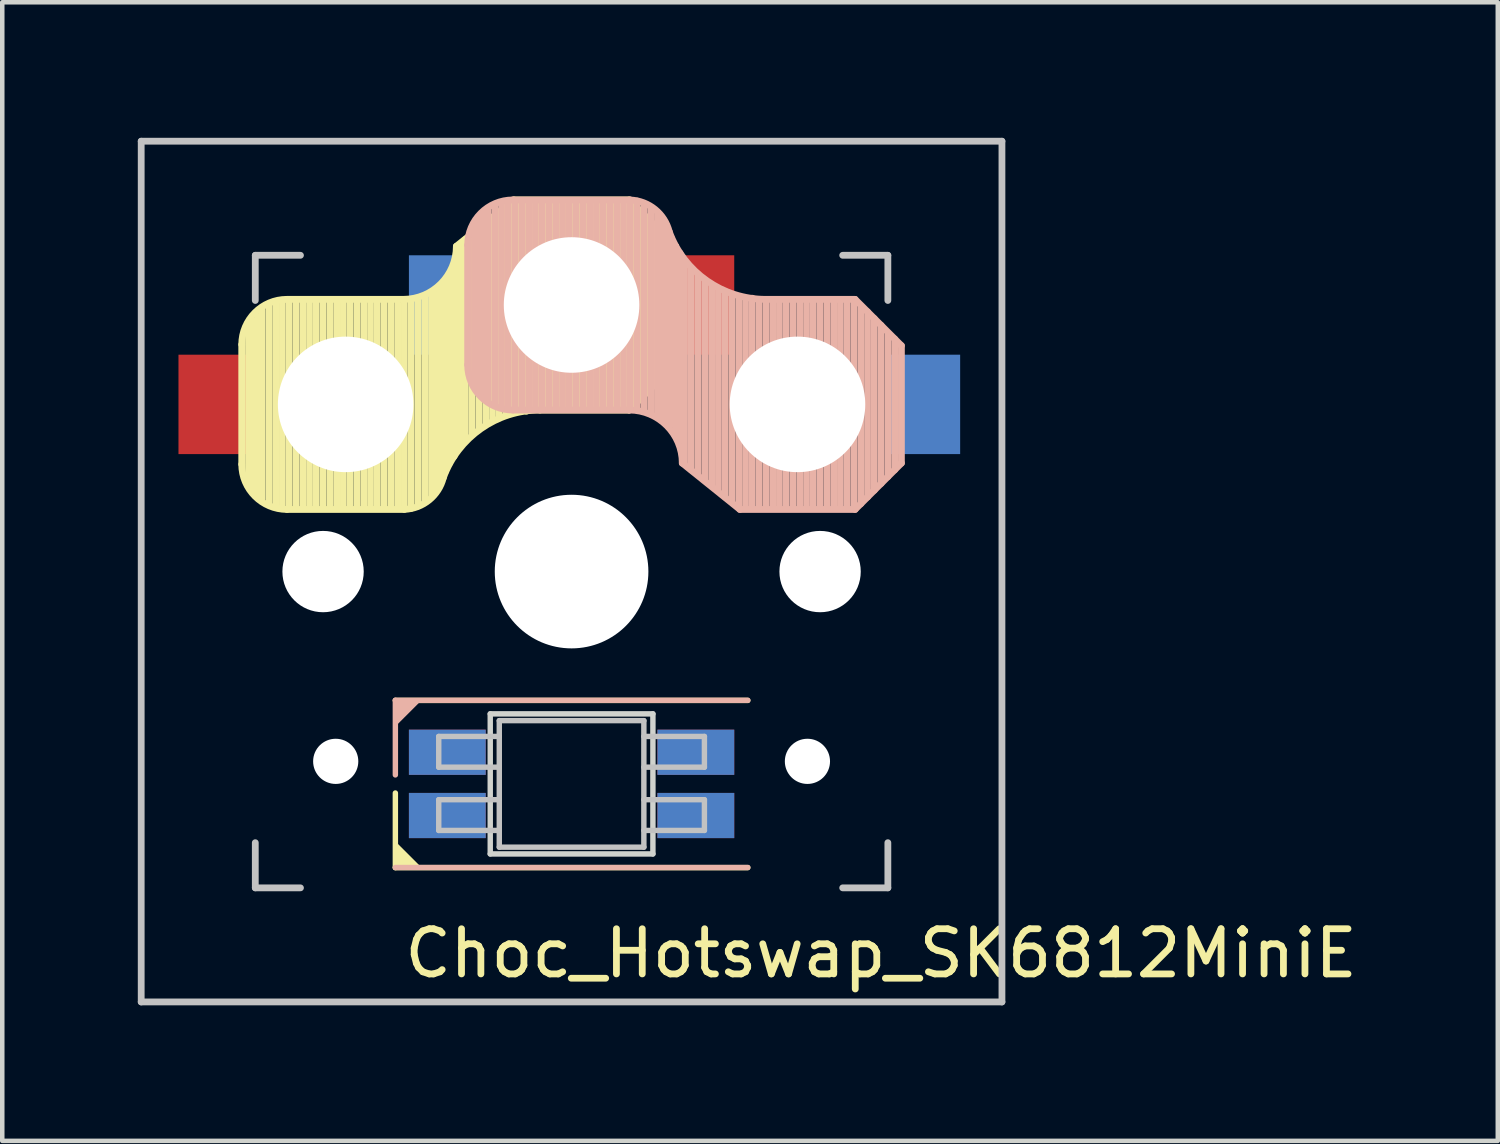
<source format=kicad_pcb>
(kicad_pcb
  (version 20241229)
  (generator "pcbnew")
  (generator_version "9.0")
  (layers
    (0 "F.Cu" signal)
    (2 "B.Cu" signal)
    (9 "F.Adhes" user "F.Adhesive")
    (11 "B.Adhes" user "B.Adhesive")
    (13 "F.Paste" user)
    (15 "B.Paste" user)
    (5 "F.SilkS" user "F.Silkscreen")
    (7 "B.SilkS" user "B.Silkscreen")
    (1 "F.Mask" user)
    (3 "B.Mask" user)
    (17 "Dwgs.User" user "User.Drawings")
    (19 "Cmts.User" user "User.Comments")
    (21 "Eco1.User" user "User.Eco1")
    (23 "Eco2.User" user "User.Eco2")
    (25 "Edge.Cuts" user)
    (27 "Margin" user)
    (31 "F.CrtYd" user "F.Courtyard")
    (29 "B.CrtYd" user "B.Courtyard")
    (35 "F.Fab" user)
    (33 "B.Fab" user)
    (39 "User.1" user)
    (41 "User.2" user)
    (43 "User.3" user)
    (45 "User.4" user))
  (footprint "Choc_Hotswap_SK6812MiniE"
    (layer "F.Cu")
    (at 9.6 9.6)
    (property "Reference" "Choc_Hotswap_SK6812MiniE" (at 6.85 8.45 180) (layer "F.SilkS") (effects (font (size 1 1) (thickness 0.15))))
    (attr through_hole)
    (fp_line (start -7.3 -5.025) (end -7.3 -2.375) (stroke (width 0.15) (type solid)) (layer "F.SilkS"))
    (fp_line (start -7.15 -1.95) (end -7.15 -5.5) (stroke (width 0.15) (type solid)) (layer "F.SilkS"))
    (fp_line (start -7.05 -1.8) (end -7.05 -5.55) (stroke (width 0.15) (type solid)) (layer "F.SilkS"))
    (fp_line (start -6.95 -1.7) (end -6.95 -5.65) (stroke (width 0.15) (type solid)) (layer "F.SilkS"))
    (fp_line (start -6.85 -1.6) (end -6.85 -5.8) (stroke (width 0.15) (type solid)) (layer "F.SilkS"))
    (fp_line (start -6.7 -1.5) (end -6.7 -5.9) (stroke (width 0.15) (type solid)) (layer "F.SilkS"))
    (fp_line (start -6.55 -1.45) (end -6.55 -5.95) (stroke (width 0.15) (type solid)) (layer "F.SilkS"))
    (fp_line (start -6.4 -1.4) (end -6.4 -5.95) (stroke (width 0.15) (type solid)) (layer "F.SilkS"))
    (fp_line (start -6.3 -6.025) (end -3.725 -6.025) (stroke (width 0.15) (type solid)) (layer "F.SilkS"))
    (fp_line (start -6.3 -1.375) (end -3.7 -1.375) (stroke (width 0.15) (type solid)) (layer "F.SilkS"))
    (fp_line (start -6.25 -1.4) (end -6.25 -6) (stroke (width 0.15) (type solid)) (layer "F.SilkS"))
    (fp_line (start -6.1 -1.4) (end -6.1 -6) (stroke (width 0.15) (type solid)) (layer "F.SilkS"))
    (fp_line (start -5.95 -1.4) (end -5.95 -6) (stroke (width 0.15) (type solid)) (layer "F.SilkS"))
    (fp_line (start -5.8 -1.4) (end -5.8 -6) (stroke (width 0.15) (type solid)) (layer "F.SilkS"))
    (fp_line (start -5.65 -1.4) (end -5.65 -6) (stroke (width 0.15) (type solid)) (layer "F.SilkS"))
    (fp_line (start -5.5 -1.4) (end -5.5 -6) (stroke (width 0.15) (type solid)) (layer "F.SilkS"))
    (fp_line (start -5.35 -1.4) (end -5.35 -6) (stroke (width 0.15) (type solid)) (layer "F.SilkS"))
    (fp_line (start -5.2 -1.4) (end -5.2 -6) (stroke (width 0.15) (type solid)) (layer "F.SilkS"))
    (fp_line (start -5.05 -1.4) (end -5.05 -6) (stroke (width 0.15) (type solid)) (layer "F.SilkS"))
    (fp_line (start -4.9 -1.4) (end -4.9 -6) (stroke (width 0.15) (type solid)) (layer "F.SilkS"))
    (fp_line (start -4.75 -1.4) (end -4.75 -6) (stroke (width 0.15) (type solid)) (layer "F.SilkS"))
    (fp_line (start -4.6 -1.4) (end -4.6 -6) (stroke (width 0.15) (type solid)) (layer "F.SilkS"))
    (fp_line (start -4.45 -1.4) (end -4.45 -6) (stroke (width 0.15) (type solid)) (layer "F.SilkS"))
    (fp_line (start -4.3 -1.4) (end -4.3 -6) (stroke (width 0.15) (type solid)) (layer "F.SilkS"))
    (fp_line (start -4.15 -1.4) (end -4.15 -6) (stroke (width 0.15) (type solid)) (layer "F.SilkS"))
    (fp_line (start -4 -1.4) (end -4 -6) (stroke (width 0.15) (type solid)) (layer "F.SilkS"))
    (fp_line (start -3.9 2.852) (end 3.9 2.852) (stroke (width 0.12) (type solid)) (layer "F.SilkS"))
    (fp_line (start -3.9 6.552) (end -3.9 4.901) (stroke (width 0.12) (type solid)) (layer "F.SilkS"))
    (fp_line (start -3.85 -1.4) (end -3.85 -5.95) (stroke (width 0.15) (type solid)) (layer "F.SilkS"))
    (fp_line (start -3.7 -1.4) (end -3.7 -6) (stroke (width 0.15) (type solid)) (layer "F.SilkS"))
    (fp_line (start -3.55 -1.4) (end -3.55 -6) (stroke (width 0.15) (type solid)) (layer "F.SilkS"))
    (fp_line (start -3.4 -1.45) (end -3.4 -6) (stroke (width 0.15) (type solid)) (layer "F.SilkS"))
    (fp_line (start -3.25 -1.55) (end -3.25 -6.1) (stroke (width 0.15) (type solid)) (layer "F.SilkS"))
    (fp_line (start -3.1 -1.65) (end -3.1 -6.15) (stroke (width 0.15) (type solid)) (layer "F.SilkS"))
    (fp_line (start -3 -1.8) (end -3 -6.2) (stroke (width 0.15) (type solid)) (layer "F.SilkS"))
    (fp_line (start -2.9 -2.05) (end -2.9 -6.25) (stroke (width 0.15) (type solid)) (layer "F.SilkS"))
    (fp_line (start -2.8 -2.2) (end -2.8 -6.35) (stroke (width 0.15) (type solid)) (layer "F.SilkS"))
    (fp_line (start -2.7 -2.4) (end -2.7 -6.55) (stroke (width 0.15) (type solid)) (layer "F.SilkS"))
    (fp_line (start -2.6 -2.55) (end -2.6 -6.7) (stroke (width 0.15) (type solid)) (layer "F.SilkS"))
    (fp_line (start -2.5 -2.75) (end -2.5 -7.2) (stroke (width 0.15) (type solid)) (layer "F.SilkS"))
    (fp_line (start -2.35 -2.9) (end -2.35 -7.35) (stroke (width 0.15) (type solid)) (layer "F.SilkS"))
    (fp_line (start -2.2 -3.05) (end -2.2 -7.45) (stroke (width 0.15) (type solid)) (layer "F.SilkS"))
    (fp_line (start -2.05 -3.15) (end -2.05 -7.55) (stroke (width 0.15) (type solid)) (layer "F.SilkS"))
    (fp_line (start -1.9 -3.25) (end -1.9 -7.7) (stroke (width 0.15) (type solid)) (layer "F.SilkS"))
    (fp_line (start -1.75 -3.35) (end -1.75 -7.8) (stroke (width 0.15) (type solid)) (layer "F.SilkS"))
    (fp_line (start -1.6 -3.4) (end -1.6 -7.95) (stroke (width 0.15) (type solid)) (layer "F.SilkS"))
    (fp_line (start -1.45 -3.5) (end -1.45 -8.05) (stroke (width 0.15) (type solid)) (layer "F.SilkS"))
    (fp_line (start -1.3 -3.55) (end -1.3 -8.15) (stroke (width 0.15) (type solid)) (layer "F.SilkS"))
    (fp_line (start -1.275 -8.225) (end -2.55 -7.2) (stroke (width 0.15) (type solid)) (layer "F.SilkS"))
    (fp_line (start -1.275 -8.225) (end 1.275 -8.225) (stroke (width 0.15) (type solid)) (layer "F.SilkS"))
    (fp_line (start -1.15 -3.55) (end -1.15 -8.2) (stroke (width 0.15) (type solid)) (layer "F.SilkS"))
    (fp_line (start -1 -3.55) (end -1 -8.2) (stroke (width 0.15) (type solid)) (layer "F.SilkS"))
    (fp_line (start -0.85 -3.6) (end -0.85 -8.15) (stroke (width 0.15) (type solid)) (layer "F.SilkS"))
    (fp_line (start -0.7 -3.6) (end -0.7 -8.2) (stroke (width 0.15) (type solid)) (layer "F.SilkS"))
    (fp_line (start -0.7 -3.575) (end 1.275 -3.575) (stroke (width 0.15) (type solid)) (layer "F.SilkS"))
    (fp_line (start -0.55 -3.6) (end -0.55 -8.2) (stroke (width 0.15) (type solid)) (layer "F.SilkS"))
    (fp_line (start -0.4 -3.6) (end -0.4 -8.2) (stroke (width 0.15) (type solid)) (layer "F.SilkS"))
    (fp_line (start -0.25 -3.6) (end -0.25 -8.2) (stroke (width 0.15) (type solid)) (layer "F.SilkS"))
    (fp_line (start -0.1 -3.6) (end -0.1 -8.2) (stroke (width 0.15) (type solid)) (layer "F.SilkS"))
    (fp_line (start 0.05 -3.6) (end 0.05 -8.2) (stroke (width 0.15) (type solid)) (layer "F.SilkS"))
    (fp_line (start 0.2 -3.6) (end 0.2 -8.2) (stroke (width 0.15) (type solid)) (layer "F.SilkS"))
    (fp_line (start 0.35 -3.6) (end 0.35 -8.2) (stroke (width 0.15) (type solid)) (layer "F.SilkS"))
    (fp_line (start 0.5 -3.6) (end 0.5 -8.2) (stroke (width 0.15) (type solid)) (layer "F.SilkS"))
    (fp_line (start 0.65 -3.6) (end 0.65 -8.2) (stroke (width 0.15) (type solid)) (layer "F.SilkS"))
    (fp_line (start 0.8 -3.6) (end 0.8 -8.2) (stroke (width 0.15) (type solid)) (layer "F.SilkS"))
    (fp_line (start 0.95 -3.6) (end 0.95 -8.2) (stroke (width 0.15) (type solid)) (layer "F.SilkS"))
    (fp_line (start 1.1 -3.6) (end 1.1 -8.2) (stroke (width 0.15) (type solid)) (layer "F.SilkS"))
    (fp_line (start 1.25 -3.6) (end 1.25 -8.2) (stroke (width 0.15) (type solid)) (layer "F.SilkS"))
    (fp_line (start 1.4 -3.75) (end 1.4 -8.1) (stroke (width 0.15) (type solid)) (layer "F.SilkS"))
    (fp_line (start 1.55 -3.85) (end 1.55 -7.95) (stroke (width 0.15) (type solid)) (layer "F.SilkS"))
    (fp_line (start 1.7 -4) (end 1.7 -7.8) (stroke (width 0.15) (type solid)) (layer "F.SilkS"))
    (fp_line (start 1.85 -4.15) (end 1.85 -7.65) (stroke (width 0.15) (type solid)) (layer "F.SilkS"))
    (fp_line (start 2 -4.35) (end 2 -7.5) (stroke (width 0.15) (type solid)) (layer "F.SilkS"))
    (fp_line (start 2.15 -4.45) (end 2.15 -7.35) (stroke (width 0.15) (type solid)) (layer "F.SilkS"))
    (fp_line (start 2.3 -7.2) (end 1.275 -8.225) (stroke (width 0.15) (type solid)) (layer "F.SilkS"))
    (fp_line (start 2.3 -7.2) (end 2.3 -4.6) (stroke (width 0.15) (type solid)) (layer "F.SilkS"))
    (fp_line (start 2.3 -4.6) (end 1.275 -3.575) (stroke (width 0.15) (type solid)) (layer "F.SilkS"))
    (fp_line (start 3.9 6.552) (end -3.9 6.552) (stroke (width 0.12) (type solid)) (layer "F.SilkS"))
    (fp_arc (start -7.3 -5.025) (mid -7.007107 -5.732107) (end -6.3 -6.025) (stroke (width 0.15) (type solid)) (layer "F.SilkS"))
    (fp_arc (start -6.3 -1.375) (mid -7.007107 -1.667893) (end -7.3 -2.375) (stroke (width 0.15) (type solid)) (layer "F.SilkS"))
    (fp_arc (start -2.837801 -2.078096) (mid -3.151716 -1.583979) (end -3.699005 -1.376209) (stroke (width 0.15) (type solid)) (layer "F.SilkS"))
    (fp_arc (start -2.837801 -2.078096) (mid -2.004887 -3.163571) (end -0.7 -3.575) (stroke (width 0.15) (type solid)) (layer "F.SilkS"))
    (fp_arc (start -2.55 -7.2) (mid -2.89415 -6.36915) (end -3.725 -6.025) (stroke (width 0.15) (type solid)) (layer "F.SilkS"))
    (fp_poly (pts (xy -3.392 6.549) (xy -3.9 6.552) (xy -3.9 6.041)) (stroke (width 0.1) (type solid)) (fill yes) (layer "F.SilkS"))
    (fp_line (start -3.9 2.849) (end -3.9 4.5) (stroke (width 0.12) (type solid)) (layer "B.SilkS"))
    (fp_line (start -3.9 6.549) (end 3.9 6.549) (stroke (width 0.12) (type solid)) (layer "B.SilkS"))
    (fp_line (start -2.3 -4.575) (end -2.3 -7.225) (stroke (width 0.15) (type solid)) (layer "B.SilkS"))
    (fp_line (start -2.15 -7.65) (end -2.15 -4.1) (stroke (width 0.15) (type solid)) (layer "B.SilkS"))
    (fp_line (start -2.05 -7.8) (end -2.05 -4.05) (stroke (width 0.15) (type solid)) (layer "B.SilkS"))
    (fp_line (start -1.95 -7.9) (end -1.95 -3.95) (stroke (width 0.15) (type solid)) (layer "B.SilkS"))
    (fp_line (start -1.85 -8) (end -1.85 -3.8) (stroke (width 0.15) (type solid)) (layer "B.SilkS"))
    (fp_line (start -1.7 -8.1) (end -1.7 -3.7) (stroke (width 0.15) (type solid)) (layer "B.SilkS"))
    (fp_line (start -1.55 -8.15) (end -1.55 -3.65) (stroke (width 0.15) (type solid)) (layer "B.SilkS"))
    (fp_line (start -1.4 -8.2) (end -1.4 -3.65) (stroke (width 0.15) (type solid)) (layer "B.SilkS"))
    (fp_line (start -1.3 -8.225) (end 1.3 -8.225) (stroke (width 0.15) (type solid)) (layer "B.SilkS"))
    (fp_line (start -1.3 -3.575) (end 1.275 -3.575) (stroke (width 0.15) (type solid)) (layer "B.SilkS"))
    (fp_line (start -1.25 -8.2) (end -1.25 -3.6) (stroke (width 0.15) (type solid)) (layer "B.SilkS"))
    (fp_line (start -1.1 -8.2) (end -1.1 -3.6) (stroke (width 0.15) (type solid)) (layer "B.SilkS"))
    (fp_line (start -0.95 -8.2) (end -0.95 -3.6) (stroke (width 0.15) (type solid)) (layer "B.SilkS"))
    (fp_line (start -0.8 -8.2) (end -0.8 -3.6) (stroke (width 0.15) (type solid)) (layer "B.SilkS"))
    (fp_line (start -0.65 -8.2) (end -0.65 -3.6) (stroke (width 0.15) (type solid)) (layer "B.SilkS"))
    (fp_line (start -0.5 -8.2) (end -0.5 -3.6) (stroke (width 0.15) (type solid)) (layer "B.SilkS"))
    (fp_line (start -0.35 -8.2) (end -0.35 -3.6) (stroke (width 0.15) (type solid)) (layer "B.SilkS"))
    (fp_line (start -0.2 -8.2) (end -0.2 -3.6) (stroke (width 0.15) (type solid)) (layer "B.SilkS"))
    (fp_line (start -0.05 -8.2) (end -0.05 -3.6) (stroke (width 0.15) (type solid)) (layer "B.SilkS"))
    (fp_line (start 0.1 -8.2) (end 0.1 -3.6) (stroke (width 0.15) (type solid)) (layer "B.SilkS"))
    (fp_line (start 0.25 -8.2) (end 0.25 -3.6) (stroke (width 0.15) (type solid)) (layer "B.SilkS"))
    (fp_line (start 0.4 -8.2) (end 0.4 -3.6) (stroke (width 0.15) (type solid)) (layer "B.SilkS"))
    (fp_line (start 0.55 -8.2) (end 0.55 -3.6) (stroke (width 0.15) (type solid)) (layer "B.SilkS"))
    (fp_line (start 0.7 -8.2) (end 0.7 -3.6) (stroke (width 0.15) (type solid)) (layer "B.SilkS"))
    (fp_line (start 0.85 -8.2) (end 0.85 -3.6) (stroke (width 0.15) (type solid)) (layer "B.SilkS"))
    (fp_line (start 1 -8.2) (end 1 -3.6) (stroke (width 0.15) (type solid)) (layer "B.SilkS"))
    (fp_line (start 1.15 -8.2) (end 1.15 -3.65) (stroke (width 0.15) (type solid)) (layer "B.SilkS"))
    (fp_line (start 1.3 -8.2) (end 1.3 -3.6) (stroke (width 0.15) (type solid)) (layer "B.SilkS"))
    (fp_line (start 1.45 -8.2) (end 1.45 -3.6) (stroke (width 0.15) (type solid)) (layer "B.SilkS"))
    (fp_line (start 1.6 -8.15) (end 1.6 -3.6) (stroke (width 0.15) (type solid)) (layer "B.SilkS"))
    (fp_line (start 1.75 -8.05) (end 1.75 -3.5) (stroke (width 0.15) (type solid)) (layer "B.SilkS"))
    (fp_line (start 1.9 -7.95) (end 1.9 -3.45) (stroke (width 0.15) (type solid)) (layer "B.SilkS"))
    (fp_line (start 2 -7.8) (end 2 -3.4) (stroke (width 0.15) (type solid)) (layer "B.SilkS"))
    (fp_line (start 2.1 -7.55) (end 2.1 -3.35) (stroke (width 0.15) (type solid)) (layer "B.SilkS"))
    (fp_line (start 2.2 -7.4) (end 2.2 -3.25) (stroke (width 0.15) (type solid)) (layer "B.SilkS"))
    (fp_line (start 2.3 -7.2) (end 2.3 -3.05) (stroke (width 0.15) (type solid)) (layer "B.SilkS"))
    (fp_line (start 2.4 -7.05) (end 2.4 -2.9) (stroke (width 0.15) (type solid)) (layer "B.SilkS"))
    (fp_line (start 2.5 -6.85) (end 2.5 -2.4) (stroke (width 0.15) (type solid)) (layer "B.SilkS"))
    (fp_line (start 2.65 -6.7) (end 2.65 -2.25) (stroke (width 0.15) (type solid)) (layer "B.SilkS"))
    (fp_line (start 2.8 -6.55) (end 2.8 -2.15) (stroke (width 0.15) (type solid)) (layer "B.SilkS"))
    (fp_line (start 2.95 -6.45) (end 2.95 -2.05) (stroke (width 0.15) (type solid)) (layer "B.SilkS"))
    (fp_line (start 3.1 -6.35) (end 3.1 -1.9) (stroke (width 0.15) (type solid)) (layer "B.SilkS"))
    (fp_line (start 3.25 -6.25) (end 3.25 -1.8) (stroke (width 0.15) (type solid)) (layer "B.SilkS"))
    (fp_line (start 3.4 -6.2) (end 3.4 -1.65) (stroke (width 0.15) (type solid)) (layer "B.SilkS"))
    (fp_line (start 3.55 -6.1) (end 3.55 -1.55) (stroke (width 0.15) (type solid)) (layer "B.SilkS"))
    (fp_line (start 3.7 -6.05) (end 3.7 -1.45) (stroke (width 0.15) (type solid)) (layer "B.SilkS"))
    (fp_line (start 3.725 -1.375) (end 2.45 -2.4) (stroke (width 0.15) (type solid)) (layer "B.SilkS"))
    (fp_line (start 3.725 -1.375) (end 6.275 -1.375) (stroke (width 0.15) (type solid)) (layer "B.SilkS"))
    (fp_line (start 3.85 -6.05) (end 3.85 -1.4) (stroke (width 0.15) (type solid)) (layer "B.SilkS"))
    (fp_line (start 3.9 2.849) (end -3.9 2.849) (stroke (width 0.12) (type solid)) (layer "B.SilkS"))
    (fp_line (start 4 -6.05) (end 4 -1.4) (stroke (width 0.15) (type solid)) (layer "B.SilkS"))
    (fp_line (start 4.15 -6) (end 4.15 -1.45) (stroke (width 0.15) (type solid)) (layer "B.SilkS"))
    (fp_line (start 4.3 -6.025) (end 6.275 -6.025) (stroke (width 0.15) (type solid)) (layer "B.SilkS"))
    (fp_line (start 4.3 -6) (end 4.3 -1.4) (stroke (width 0.15) (type solid)) (layer "B.SilkS"))
    (fp_line (start 4.45 -6) (end 4.45 -1.4) (stroke (width 0.15) (type solid)) (layer "B.SilkS"))
    (fp_line (start 4.6 -6) (end 4.6 -1.4) (stroke (width 0.15) (type solid)) (layer "B.SilkS"))
    (fp_line (start 4.75 -6) (end 4.75 -1.4) (stroke (width 0.15) (type solid)) (layer "B.SilkS"))
    (fp_line (start 4.9 -6) (end 4.9 -1.4) (stroke (width 0.15) (type solid)) (layer "B.SilkS"))
    (fp_line (start 5.05 -6) (end 5.05 -1.4) (stroke (width 0.15) (type solid)) (layer "B.SilkS"))
    (fp_line (start 5.2 -6) (end 5.2 -1.4) (stroke (width 0.15) (type solid)) (layer "B.SilkS"))
    (fp_line (start 5.35 -6) (end 5.35 -1.4) (stroke (width 0.15) (type solid)) (layer "B.SilkS"))
    (fp_line (start 5.5 -6) (end 5.5 -1.4) (stroke (width 0.15) (type solid)) (layer "B.SilkS"))
    (fp_line (start 5.65 -6) (end 5.65 -1.4) (stroke (width 0.15) (type solid)) (layer "B.SilkS"))
    (fp_line (start 5.8 -6) (end 5.8 -1.4) (stroke (width 0.15) (type solid)) (layer "B.SilkS"))
    (fp_line (start 5.95 -6) (end 5.95 -1.4) (stroke (width 0.15) (type solid)) (layer "B.SilkS"))
    (fp_line (start 6.1 -6) (end 6.1 -1.4) (stroke (width 0.15) (type solid)) (layer "B.SilkS"))
    (fp_line (start 6.25 -6) (end 6.25 -1.4) (stroke (width 0.15) (type solid)) (layer "B.SilkS"))
    (fp_line (start 6.4 -5.85) (end 6.4 -1.5) (stroke (width 0.15) (type solid)) (layer "B.SilkS"))
    (fp_line (start 6.55 -5.75) (end 6.55 -1.65) (stroke (width 0.15) (type solid)) (layer "B.SilkS"))
    (fp_line (start 6.7 -5.6) (end 6.7 -1.8) (stroke (width 0.15) (type solid)) (layer "B.SilkS"))
    (fp_line (start 6.85 -5.45) (end 6.85 -1.95) (stroke (width 0.15) (type solid)) (layer "B.SilkS"))
    (fp_line (start 7 -5.25) (end 7 -2.1) (stroke (width 0.15) (type solid)) (layer "B.SilkS"))
    (fp_line (start 7.15 -5.15) (end 7.15 -2.25) (stroke (width 0.15) (type solid)) (layer "B.SilkS"))
    (fp_line (start 7.3 -5) (end 6.275 -6.025) (stroke (width 0.15) (type solid)) (layer "B.SilkS"))
    (fp_line (start 7.3 -2.4) (end 6.275 -1.375) (stroke (width 0.15) (type solid)) (layer "B.SilkS"))
    (fp_line (start 7.3 -2.4) (end 7.3 -5) (stroke (width 0.15) (type solid)) (layer "B.SilkS"))
    (fp_arc (start -2.3 -7.225) (mid -2.007107 -7.932107) (end -1.3 -8.225) (stroke (width 0.15) (type solid)) (layer "B.SilkS"))
    (fp_arc (start -1.3 -3.575) (mid -2.007107 -3.867893) (end -2.3 -4.575) (stroke (width 0.15) (type solid)) (layer "B.SilkS"))
    (fp_arc (start 1.275 -3.575) (mid 2.10585 -3.23085) (end 2.45 -2.4) (stroke (width 0.15) (type solid)) (layer "B.SilkS"))
    (fp_arc (start 1.300995 -8.223791) (mid 1.848284 -8.016021) (end 2.162199 -7.521904) (stroke (width 0.15) (type solid)) (layer "B.SilkS"))
    (fp_arc (start 4.3 -6.025) (mid 2.995114 -6.436429) (end 2.162199 -7.521904) (stroke (width 0.15) (type solid)) (layer "B.SilkS"))
    (fp_poly (pts (xy -3.9 3.357) (xy -3.9 2.849) (xy -3.392 2.849)) (stroke (width 0.1) (type solid)) (fill yes) (layer "B.SilkS"))
    (fp_line (start -9.525 -9.525) (end 9.525 -9.525) (stroke (width 0.15) (type solid)) (layer "Dwgs.User"))
    (fp_line (start -9.525 9.525) (end -9.525 -9.525) (stroke (width 0.15) (type solid)) (layer "Dwgs.User"))
    (fp_line (start -7 -7) (end -7 -6) (stroke (width 0.15) (type solid)) (layer "Dwgs.User"))
    (fp_line (start -7 6) (end -7 7) (stroke (width 0.15) (type solid)) (layer "Dwgs.User"))
    (fp_line (start -7 7) (end -6 7) (stroke (width 0.15) (type solid)) (layer "Dwgs.User"))
    (fp_line (start -6 -7) (end -7 -7) (stroke (width 0.15) (type solid)) (layer "Dwgs.User"))
    (fp_line (start -2.94 3.649) (end -2.94 4.329) (stroke (width 0.12) (type solid)) (layer "Dwgs.User"))
    (fp_line (start -2.94 4.329) (end -1.6 4.329) (stroke (width 0.12) (type solid)) (layer "Dwgs.User"))
    (fp_line (start -2.94 5.049) (end -2.94 5.729) (stroke (width 0.12) (type solid)) (layer "Dwgs.User"))
    (fp_line (start -2.94 5.729) (end -1.6 5.729) (stroke (width 0.12) (type solid)) (layer "Dwgs.User"))
    (fp_line (start -1.6 3.299) (end -1.6 6.099) (stroke (width 0.12) (type solid)) (layer "Dwgs.User"))
    (fp_line (start -1.6 3.299) (end 1.6 3.299) (stroke (width 0.12) (type solid)) (layer "Dwgs.User"))
    (fp_line (start -1.6 3.649) (end -2.94 3.649) (stroke (width 0.12) (type solid)) (layer "Dwgs.User"))
    (fp_line (start -1.6 5.049) (end -2.94 5.049) (stroke (width 0.12) (type solid)) (layer "Dwgs.User"))
    (fp_line (start -1.6 6.099) (end 1.6 6.099) (stroke (width 0.12) (type solid)) (layer "Dwgs.User"))
    (fp_line (start 1.6 3.299) (end 1.6 6.099) (stroke (width 0.12) (type solid)) (layer "Dwgs.User"))
    (fp_line (start 1.6 4.329) (end 2.94 4.329) (stroke (width 0.12) (type solid)) (layer "Dwgs.User"))
    (fp_line (start 1.6 5.729) (end 2.94 5.729) (stroke (width 0.12) (type solid)) (layer "Dwgs.User"))
    (fp_line (start 2.94 3.649) (end 1.6 3.649) (stroke (width 0.12) (type solid)) (layer "Dwgs.User"))
    (fp_line (start 2.94 4.329) (end 2.94 3.649) (stroke (width 0.12) (type solid)) (layer "Dwgs.User"))
    (fp_line (start 2.94 5.049) (end 1.6 5.049) (stroke (width 0.12) (type solid)) (layer "Dwgs.User"))
    (fp_line (start 2.94 5.729) (end 2.94 5.049) (stroke (width 0.12) (type solid)) (layer "Dwgs.User"))
    (fp_line (start 6 -7) (end 7 -7) (stroke (width 0.15) (type solid)) (layer "Dwgs.User"))
    (fp_line (start 7 -7) (end 7 -6) (stroke (width 0.15) (type solid)) (layer "Dwgs.User"))
    (fp_line (start 7 6) (end 7 7) (stroke (width 0.15) (type solid)) (layer "Dwgs.User"))
    (fp_line (start 7 7) (end 6 7) (stroke (width 0.15) (type solid)) (layer "Dwgs.User"))
    (fp_line (start 9.525 -9.525) (end 9.525 9.525) (stroke (width 0.15) (type solid)) (layer "Dwgs.User"))
    (fp_line (start 9.525 9.525) (end -9.525 9.525) (stroke (width 0.15) (type solid)) (layer "Dwgs.User"))
    (fp_line (start -1.8 3.149) (end -1.8 6.249) (stroke (width 0.12) (type solid)) (layer "Edge.Cuts"))
    (fp_line (start -1.8 6.249) (end 1.8 6.249) (stroke (width 0.12) (type solid)) (layer "Edge.Cuts"))
    (fp_line (start 1.8 3.149) (end -1.8 3.149) (stroke (width 0.12) (type solid)) (layer "Edge.Cuts"))
    (fp_line (start 1.8 6.249) (end 1.8 3.149) (stroke (width 0.12) (type solid)) (layer "Edge.Cuts"))
    (pad "" np_thru_hole circle (at -5.5 0 270) (size 1.8 1.8) (drill 1.8) (layers "*.Cu" "*.Mask"))
    (pad "" np_thru_hole circle (at -5.22 4.2) (size 1 1) (drill 1) (layers "*.Cu" "*.Mask"))
    (pad "" np_thru_hole circle (at -5 -3.7 90) (size 3 3) (drill 3) (layers "*.Cu" "*.Mask"))
    (pad "" np_thru_hole circle (at 0 -5.9 270) (size 3 3) (drill 3) (layers "*.Cu" "*.Mask"))
    (pad "" np_thru_hole circle (at 0 0 270) (size 3.4 3.4) (drill 3.4) (layers "*.Cu" "*.Mask"))
    (pad "" np_thru_hole circle (at 5 -3.7 270) (size 3 3) (drill 3) (layers "*.Cu" "*.Mask"))
    (pad "" np_thru_hole circle (at 5.22 4.2) (size 1 1) (drill 1) (layers "*.Cu" "*.Mask"))
    (pad "" np_thru_hole circle (at 5.5 0 270) (size 1.8 1.8) (drill 1.8) (layers "*.Cu" "*.Mask"))
    (pad "1" smd rect (at 2.75 3.999) (size 1.7 1) (layers "F.Cu" "F.Mask" "F.Paste"))
    (pad "1" smd rect (at 2.75 5.399) (size 1.7 1) (layers "B.Cu" "B.Mask" "B.Paste"))
    (pad "2" smd rect (at 2.75 3.999) (size 1.7 1) (layers "B.Cu" "B.Mask" "B.Paste"))
    (pad "2" smd rect (at 2.75 5.399) (size 1.7 1) (layers "F.Cu" "F.Mask" "F.Paste"))
    (pad "3" smd rect (at -2.75 3.999) (size 1.7 1) (layers "B.Cu" "B.Mask" "B.Paste"))
    (pad "3" smd rect (at -2.75 5.399) (size 1.7 1) (layers "F.Cu" "F.Mask" "F.Paste"))
    (pad "4" smd rect (at -2.75 3.999) (size 1.7 1) (layers "F.Cu" "F.Mask" "F.Paste"))
    (pad "4" smd rect (at -2.75 5.399) (size 1.7 1) (layers "B.Cu" "B.Mask" "B.Paste"))
    (pad "5" smd rect (at -2.8 -5.9) (size 1.6 2.2) (layers "B.Cu" "B.Mask" "B.Paste"))
    (pad "5" smd rect (at 2.8 -5.9) (size 1.6 2.2) (layers "F.Cu" "F.Mask" "F.Paste"))
    (pad "6" smd rect (at -7.9 -3.7) (size 1.6 2.2) (layers "F.Cu" "F.Mask" "F.Paste"))
    (pad "6" smd rect (at 7.8 -3.7) (size 1.6 2.2) (layers "B.Cu" "B.Mask" "B.Paste")))
  (gr_rect
    (start -3 -3)
    (end 30.099 22.2)
    (stroke (width 0.1) (type default))
    (fill no)
    (layer "Edge.Cuts")))
</source>
